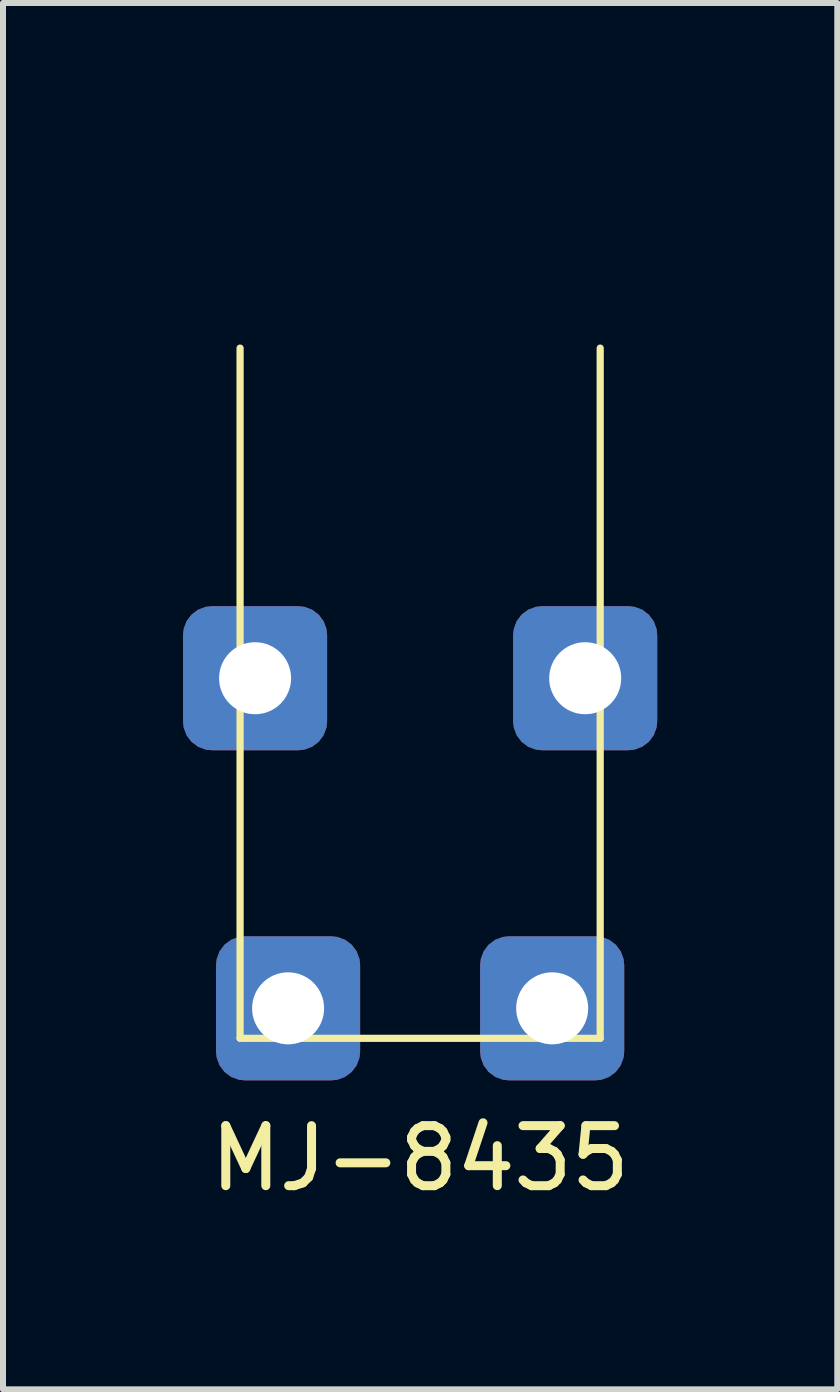
<source format=kicad_pcb>
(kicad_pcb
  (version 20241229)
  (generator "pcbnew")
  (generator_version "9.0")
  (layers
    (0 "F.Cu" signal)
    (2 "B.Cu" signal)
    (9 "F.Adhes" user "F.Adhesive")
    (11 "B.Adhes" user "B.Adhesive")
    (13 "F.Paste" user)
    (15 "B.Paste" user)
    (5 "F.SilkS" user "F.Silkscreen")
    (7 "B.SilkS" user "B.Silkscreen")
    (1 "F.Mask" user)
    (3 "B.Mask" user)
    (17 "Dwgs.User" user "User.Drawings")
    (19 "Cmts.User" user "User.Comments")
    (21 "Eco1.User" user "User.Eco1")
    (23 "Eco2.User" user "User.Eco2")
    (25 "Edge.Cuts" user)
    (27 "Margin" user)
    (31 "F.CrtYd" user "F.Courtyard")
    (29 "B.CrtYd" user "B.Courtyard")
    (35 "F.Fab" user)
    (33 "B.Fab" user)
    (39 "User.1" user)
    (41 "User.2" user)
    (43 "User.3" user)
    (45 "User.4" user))
  (footprint "MJ-8435"
    (layer "F.Cu")
    (at 3.95 0.25)
    (property "Reference" "MJ-8435" (at 0 16 0) (layer "F.SilkS") (effects (font (size 1 1) (thickness 0.15))))
    (attr through_hole)
    (fp_line (start -3 14) (end -3 2.5) (stroke (width 0.12) (type solid)) (layer "F.SilkS"))
    (fp_line (start 3 2.5) (end 3 14) (stroke (width 0.12) (type solid)) (layer "F.SilkS"))
    (fp_line (start 3 14) (end -3 14) (stroke (width 0.12) (type solid)) (layer "F.SilkS"))
    (fp_line (start -3 0) (end 3 0) (stroke (width 0.12) (type solid)) (layer "Eco2.User"))
    (fp_line (start -3 2.5) (end -3 0) (stroke (width 0.12) (type solid)) (layer "Eco2.User"))
    (fp_line (start -3 2.5) (end 3 2.5) (stroke (width 0.12) (type solid)) (layer "Eco2.User"))
    (fp_line (start 3 2.5) (end 3 0) (stroke (width 0.12) (type solid)) (layer "Eco2.User"))
    (pad "R" thru_hole roundrect (at 2.2 13.5) (size 2.4 2.4) (drill 1.2) (layers "*.Cu" "*.Mask") (roundrect_rratio 0.2))
    (pad "S" thru_hole roundrect (at -2.2 13.5) (size 2.4 2.4) (drill 1.2) (layers "*.Cu" "*.Mask") (roundrect_rratio 0.2))
    (pad "T" thru_hole roundrect (at -2.75 8) (size 2.4 2.4) (drill 1.2) (layers "*.Cu" "*.Mask") (roundrect_rratio 0.2))
    (pad "T" thru_hole roundrect (at 2.75 8) (size 2.4 2.4) (drill 1.2) (layers "*.Cu" "*.Mask") (roundrect_rratio 0.2)))
  (gr_rect
    (start -3 -3)
    (end 10.9 20.098)
    (stroke (width 0.1) (type default))
    (fill no)
    (layer "Edge.Cuts")))
</source>
